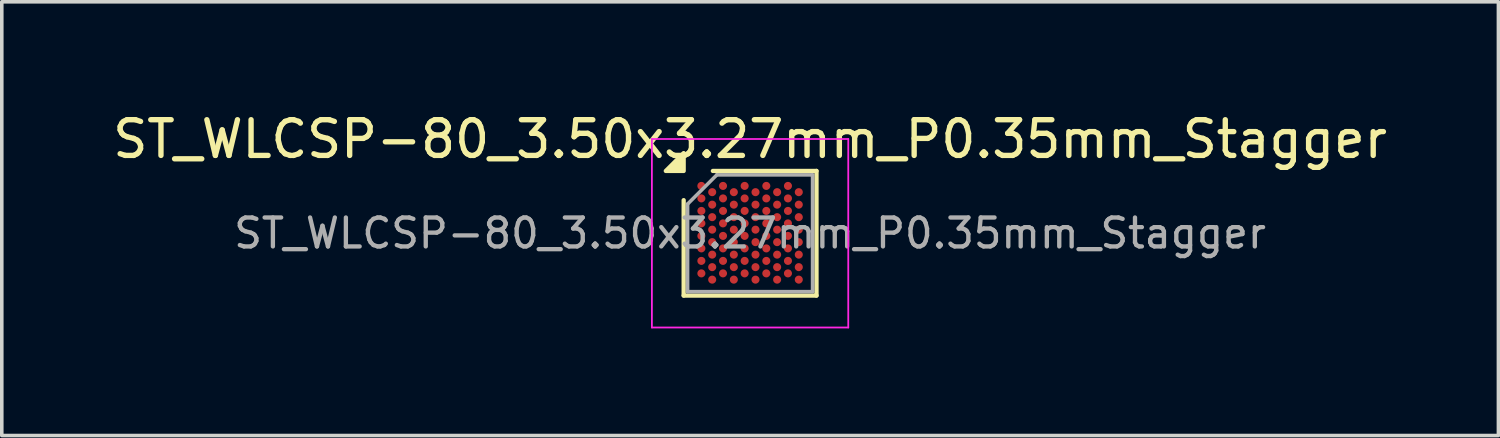
<source format=kicad_pcb>
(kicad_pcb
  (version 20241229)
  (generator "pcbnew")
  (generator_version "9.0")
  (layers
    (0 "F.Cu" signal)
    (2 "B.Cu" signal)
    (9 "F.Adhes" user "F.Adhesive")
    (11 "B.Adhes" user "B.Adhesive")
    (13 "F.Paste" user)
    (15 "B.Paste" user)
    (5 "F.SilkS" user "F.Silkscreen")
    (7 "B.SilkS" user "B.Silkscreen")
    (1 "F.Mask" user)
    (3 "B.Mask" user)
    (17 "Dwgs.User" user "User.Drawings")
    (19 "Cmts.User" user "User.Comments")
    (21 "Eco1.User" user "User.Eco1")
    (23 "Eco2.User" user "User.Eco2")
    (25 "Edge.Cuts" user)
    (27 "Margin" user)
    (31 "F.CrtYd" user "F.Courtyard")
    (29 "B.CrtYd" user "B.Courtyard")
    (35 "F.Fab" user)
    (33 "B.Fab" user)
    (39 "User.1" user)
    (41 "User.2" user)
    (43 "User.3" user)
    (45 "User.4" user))
  (footprint "ST_WLCSP-80_3.50x3.27mm_P0.35mm_Stagger"
    (layer "F.Cu")
    (at 17.958 3.483)
    (property "Reference" "ST_WLCSP-80_3.50x3.27mm_P0.35mm_Stagger" (at 0 -2.635 0) (layer "F.SilkS") (effects (font (size 1 1) (thickness 0.15))))
    (attr smd)
    (fp_line (start -1.86 1.745) (end -1.86 -0.927) (stroke (width 0.12) (type solid)) (layer "F.SilkS"))
    (fp_line (start -1.042 -1.745) (end 1.86 -1.745) (stroke (width 0.12) (type solid)) (layer "F.SilkS"))
    (fp_line (start 1.86 -1.745) (end 1.86 1.745) (stroke (width 0.12) (type solid)) (layer "F.SilkS"))
    (fp_line (start 1.86 1.745) (end -1.86 1.745) (stroke (width 0.12) (type solid)) (layer "F.SilkS"))
    (fp_poly (pts (xy -1.86 -1.745) (xy -2.36 -1.745) (xy -1.86 -2.245) (xy -1.86 -1.745)) (stroke (width 0.12) (type solid)) (fill yes) (layer "F.SilkS"))
    (fp_line (start -2.75 -2.64) (end -2.75 2.64) (stroke (width 0.05) (type solid)) (layer "F.CrtYd"))
    (fp_line (start -2.75 2.64) (end 2.75 2.64) (stroke (width 0.05) (type solid)) (layer "F.CrtYd"))
    (fp_line (start 2.75 -2.64) (end -2.75 -2.64) (stroke (width 0.05) (type solid)) (layer "F.CrtYd"))
    (fp_line (start 2.75 2.64) (end 2.75 -2.64) (stroke (width 0.05) (type solid)) (layer "F.CrtYd"))
    (fp_line (start -1.75 -0.818) (end -0.932 -1.635) (stroke (width 0.1) (type solid)) (layer "F.Fab"))
    (fp_line (start -1.75 1.635) (end -1.75 -0.818) (stroke (width 0.1) (type solid)) (layer "F.Fab"))
    (fp_line (start -0.932 -1.635) (end 1.75 -1.635) (stroke (width 0.1) (type solid)) (layer "F.Fab"))
    (fp_line (start 1.75 -1.635) (end 1.75 1.635) (stroke (width 0.1) (type solid)) (layer "F.Fab"))
    (fp_line (start 1.75 1.635) (end -1.75 1.635) (stroke (width 0.1) (type solid)) (layer "F.Fab"))
    (fp_text user "${REFERENCE}" (at 0 0 0) (layer "F.Fab") (effects (font (size 0.81 0.81) (thickness 0.121))))
    (pad "A1" smd circle (at -1.364 -1.326) (size 0.225 0.225) (property pad_prop_bga) (layers "F.Cu" "F.Mask" "F.Paste"))
    (pad "A3" smd circle (at -0.758 -1.326) (size 0.225 0.225) (property pad_prop_bga) (layers "F.Cu" "F.Mask" "F.Paste"))
    (pad "A5" smd circle (at -0.152 -1.326) (size 0.225 0.225) (property pad_prop_bga) (layers "F.Cu" "F.Mask" "F.Paste"))
    (pad "A7" smd circle (at 0.455 -1.326) (size 0.225 0.225) (property pad_prop_bga) (layers "F.Cu" "F.Mask" "F.Paste"))
    (pad "A9" smd circle (at 1.061 -1.326) (size 0.225 0.225) (property pad_prop_bga) (layers "F.Cu" "F.Mask" "F.Paste"))
    (pad "B2" smd circle (at -1.061 -1.151) (size 0.225 0.225) (property pad_prop_bga) (layers "F.Cu" "F.Mask" "F.Paste"))
    (pad "B4" smd circle (at -0.455 -1.151) (size 0.225 0.225) (property pad_prop_bga) (layers "F.Cu" "F.Mask" "F.Paste"))
    (pad "B6" smd circle (at 0.152 -1.151) (size 0.225 0.225) (property pad_prop_bga) (layers "F.Cu" "F.Mask" "F.Paste"))
    (pad "B8" smd circle (at 0.758 -1.151) (size 0.225 0.225) (property pad_prop_bga) (layers "F.Cu" "F.Mask" "F.Paste"))
    (pad "B10" smd circle (at 1.364 -1.151) (size 0.225 0.225) (property pad_prop_bga) (layers "F.Cu" "F.Mask" "F.Paste"))
    (pad "C1" smd circle (at -1.364 -0.976) (size 0.225 0.225) (property pad_prop_bga) (layers "F.Cu" "F.Mask" "F.Paste"))
    (pad "C3" smd circle (at -0.758 -0.976) (size 0.225 0.225) (property pad_prop_bga) (layers "F.Cu" "F.Mask" "F.Paste"))
    (pad "C5" smd circle (at -0.152 -0.976) (size 0.225 0.225) (property pad_prop_bga) (layers "F.Cu" "F.Mask" "F.Paste"))
    (pad "C7" smd circle (at 0.455 -0.976) (size 0.225 0.225) (property pad_prop_bga) (layers "F.Cu" "F.Mask" "F.Paste"))
    (pad "C9" smd circle (at 1.061 -0.976) (size 0.225 0.225) (property pad_prop_bga) (layers "F.Cu" "F.Mask" "F.Paste"))
    (pad "D2" smd circle (at -1.061 -0.801) (size 0.225 0.225) (property pad_prop_bga) (layers "F.Cu" "F.Mask" "F.Paste"))
    (pad "D4" smd circle (at -0.455 -0.801) (size 0.225 0.225) (property pad_prop_bga) (layers "F.Cu" "F.Mask" "F.Paste"))
    (pad "D6" smd circle (at 0.152 -0.801) (size 0.225 0.225) (property pad_prop_bga) (layers "F.Cu" "F.Mask" "F.Paste"))
    (pad "D8" smd circle (at 0.758 -0.801) (size 0.225 0.225) (property pad_prop_bga) (layers "F.Cu" "F.Mask" "F.Paste"))
    (pad "D10" smd circle (at 1.364 -0.801) (size 0.225 0.225) (property pad_prop_bga) (layers "F.Cu" "F.Mask" "F.Paste"))
    (pad "E1" smd circle (at -1.364 -0.626) (size 0.225 0.225) (property pad_prop_bga) (layers "F.Cu" "F.Mask" "F.Paste"))
    (pad "E3" smd circle (at -0.758 -0.626) (size 0.225 0.225) (property pad_prop_bga) (layers "F.Cu" "F.Mask" "F.Paste"))
    (pad "E5" smd circle (at -0.152 -0.626) (size 0.225 0.225) (property pad_prop_bga) (layers "F.Cu" "F.Mask" "F.Paste"))
    (pad "E7" smd circle (at 0.455 -0.626) (size 0.225 0.225) (property pad_prop_bga) (layers "F.Cu" "F.Mask" "F.Paste"))
    (pad "E9" smd circle (at 1.061 -0.626) (size 0.225 0.225) (property pad_prop_bga) (layers "F.Cu" "F.Mask" "F.Paste"))
    (pad "F2" smd circle (at -1.061 -0.451) (size 0.225 0.225) (property pad_prop_bga) (layers "F.Cu" "F.Mask" "F.Paste"))
    (pad "F4" smd circle (at -0.455 -0.451) (size 0.225 0.225) (property pad_prop_bga) (layers "F.Cu" "F.Mask" "F.Paste"))
    (pad "F6" smd circle (at 0.152 -0.451) (size 0.225 0.225) (property pad_prop_bga) (layers "F.Cu" "F.Mask" "F.Paste"))
    (pad "F8" smd circle (at 0.758 -0.451) (size 0.225 0.225) (property pad_prop_bga) (layers "F.Cu" "F.Mask" "F.Paste"))
    (pad "F10" smd circle (at 1.364 -0.451) (size 0.225 0.225) (property pad_prop_bga) (layers "F.Cu" "F.Mask" "F.Paste"))
    (pad "G1" smd circle (at -1.364 -0.276) (size 0.225 0.225) (property pad_prop_bga) (layers "F.Cu" "F.Mask" "F.Paste"))
    (pad "G3" smd circle (at -0.758 -0.276) (size 0.225 0.225) (property pad_prop_bga) (layers "F.Cu" "F.Mask" "F.Paste"))
    (pad "G5" smd circle (at -0.152 -0.276) (size 0.225 0.225) (property pad_prop_bga) (layers "F.Cu" "F.Mask" "F.Paste"))
    (pad "G7" smd circle (at 0.455 -0.276) (size 0.225 0.225) (property pad_prop_bga) (layers "F.Cu" "F.Mask" "F.Paste"))
    (pad "G9" smd circle (at 1.061 -0.276) (size 0.225 0.225) (property pad_prop_bga) (layers "F.Cu" "F.Mask" "F.Paste"))
    (pad "H2" smd circle (at -1.061 -0.101) (size 0.225 0.225) (property pad_prop_bga) (layers "F.Cu" "F.Mask" "F.Paste"))
    (pad "H4" smd circle (at -0.455 -0.101) (size 0.225 0.225) (property pad_prop_bga) (layers "F.Cu" "F.Mask" "F.Paste"))
    (pad "H6" smd circle (at 0.152 -0.101) (size 0.225 0.225) (property pad_prop_bga) (layers "F.Cu" "F.Mask" "F.Paste"))
    (pad "H8" smd circle (at 0.758 -0.101) (size 0.225 0.225) (property pad_prop_bga) (layers "F.Cu" "F.Mask" "F.Paste"))
    (pad "H10" smd circle (at 1.364 -0.101) (size 0.225 0.225) (property pad_prop_bga) (layers "F.Cu" "F.Mask" "F.Paste"))
    (pad "J1" smd circle (at -1.364 0.074) (size 0.225 0.225) (property pad_prop_bga) (layers "F.Cu" "F.Mask" "F.Paste"))
    (pad "J3" smd circle (at -0.758 0.074) (size 0.225 0.225) (property pad_prop_bga) (layers "F.Cu" "F.Mask" "F.Paste"))
    (pad "J5" smd circle (at -0.152 0.074) (size 0.225 0.225) (property pad_prop_bga) (layers "F.Cu" "F.Mask" "F.Paste"))
    (pad "J7" smd circle (at 0.455 0.074) (size 0.225 0.225) (property pad_prop_bga) (layers "F.Cu" "F.Mask" "F.Paste"))
    (pad "J9" smd circle (at 1.061 0.074) (size 0.225 0.225) (property pad_prop_bga) (layers "F.Cu" "F.Mask" "F.Paste"))
    (pad "K2" smd circle (at -1.061 0.249) (size 0.225 0.225) (property pad_prop_bga) (layers "F.Cu" "F.Mask" "F.Paste"))
    (pad "K4" smd circle (at -0.455 0.249) (size 0.225 0.225) (property pad_prop_bga) (layers "F.Cu" "F.Mask" "F.Paste"))
    (pad "K6" smd circle (at 0.152 0.249) (size 0.225 0.225) (property pad_prop_bga) (layers "F.Cu" "F.Mask" "F.Paste"))
    (pad "K8" smd circle (at 0.758 0.249) (size 0.225 0.225) (property pad_prop_bga) (layers "F.Cu" "F.Mask" "F.Paste"))
    (pad "K10" smd circle (at 1.364 0.249) (size 0.225 0.225) (property pad_prop_bga) (layers "F.Cu" "F.Mask" "F.Paste"))
    (pad "L1" smd circle (at -1.364 0.424) (size 0.225 0.225) (property pad_prop_bga) (layers "F.Cu" "F.Mask" "F.Paste"))
    (pad "L3" smd circle (at -0.758 0.424) (size 0.225 0.225) (property pad_prop_bga) (layers "F.Cu" "F.Mask" "F.Paste"))
    (pad "L5" smd circle (at -0.152 0.424) (size 0.225 0.225) (property pad_prop_bga) (layers "F.Cu" "F.Mask" "F.Paste"))
    (pad "L7" smd circle (at 0.455 0.424) (size 0.225 0.225) (property pad_prop_bga) (layers "F.Cu" "F.Mask" "F.Paste"))
    (pad "L9" smd circle (at 1.061 0.424) (size 0.225 0.225) (property pad_prop_bga) (layers "F.Cu" "F.Mask" "F.Paste"))
    (pad "M2" smd circle (at -1.061 0.599) (size 0.225 0.225) (property pad_prop_bga) (layers "F.Cu" "F.Mask" "F.Paste"))
    (pad "M4" smd circle (at -0.455 0.599) (size 0.225 0.225) (property pad_prop_bga) (layers "F.Cu" "F.Mask" "F.Paste"))
    (pad "M6" smd circle (at 0.152 0.599) (size 0.225 0.225) (property pad_prop_bga) (layers "F.Cu" "F.Mask" "F.Paste"))
    (pad "M8" smd circle (at 0.758 0.599) (size 0.225 0.225) (property pad_prop_bga) (layers "F.Cu" "F.Mask" "F.Paste"))
    (pad "M10" smd circle (at 1.364 0.599) (size 0.225 0.225) (property pad_prop_bga) (layers "F.Cu" "F.Mask" "F.Paste"))
    (pad "N1" smd circle (at -1.364 0.774) (size 0.225 0.225) (property pad_prop_bga) (layers "F.Cu" "F.Mask" "F.Paste"))
    (pad "N3" smd circle (at -0.758 0.774) (size 0.225 0.225) (property pad_prop_bga) (layers "F.Cu" "F.Mask" "F.Paste"))
    (pad "N5" smd circle (at -0.152 0.774) (size 0.225 0.225) (property pad_prop_bga) (layers "F.Cu" "F.Mask" "F.Paste"))
    (pad "N7" smd circle (at 0.455 0.774) (size 0.225 0.225) (property pad_prop_bga) (layers "F.Cu" "F.Mask" "F.Paste"))
    (pad "N9" smd circle (at 1.061 0.774) (size 0.225 0.225) (property pad_prop_bga) (layers "F.Cu" "F.Mask" "F.Paste"))
    (pad "P2" smd circle (at -1.061 0.949) (size 0.225 0.225) (property pad_prop_bga) (layers "F.Cu" "F.Mask" "F.Paste"))
    (pad "P4" smd circle (at -0.455 0.949) (size 0.225 0.225) (property pad_prop_bga) (layers "F.Cu" "F.Mask" "F.Paste"))
    (pad "P6" smd circle (at 0.152 0.949) (size 0.225 0.225) (property pad_prop_bga) (layers "F.Cu" "F.Mask" "F.Paste"))
    (pad "P8" smd circle (at 0.758 0.949) (size 0.225 0.225) (property pad_prop_bga) (layers "F.Cu" "F.Mask" "F.Paste"))
    (pad "P10" smd circle (at 1.364 0.949) (size 0.225 0.225) (property pad_prop_bga) (layers "F.Cu" "F.Mask" "F.Paste"))
    (pad "R1" smd circle (at -1.364 1.124) (size 0.225 0.225) (property pad_prop_bga) (layers "F.Cu" "F.Mask" "F.Paste"))
    (pad "R3" smd circle (at -0.758 1.124) (size 0.225 0.225) (property pad_prop_bga) (layers "F.Cu" "F.Mask" "F.Paste"))
    (pad "R5" smd circle (at -0.152 1.124) (size 0.225 0.225) (property pad_prop_bga) (layers "F.Cu" "F.Mask" "F.Paste"))
    (pad "R7" smd circle (at 0.455 1.124) (size 0.225 0.225) (property pad_prop_bga) (layers "F.Cu" "F.Mask" "F.Paste"))
    (pad "R9" smd circle (at 1.061 1.124) (size 0.225 0.225) (property pad_prop_bga) (layers "F.Cu" "F.Mask" "F.Paste"))
    (pad "T2" smd circle (at -1.061 1.299) (size 0.225 0.225) (property pad_prop_bga) (layers "F.Cu" "F.Mask" "F.Paste"))
    (pad "T4" smd circle (at -0.455 1.299) (size 0.225 0.225) (property pad_prop_bga) (layers "F.Cu" "F.Mask" "F.Paste"))
    (pad "T6" smd circle (at 0.152 1.299) (size 0.225 0.225) (property pad_prop_bga) (layers "F.Cu" "F.Mask" "F.Paste"))
    (pad "T8" smd circle (at 0.758 1.299) (size 0.225 0.225) (property pad_prop_bga) (layers "F.Cu" "F.Mask" "F.Paste"))
    (pad "T10" smd circle (at 1.364 1.299) (size 0.225 0.225) (property pad_prop_bga) (layers "F.Cu" "F.Mask" "F.Paste")))
  (gr_rect
    (start -3 -3)
    (end 38.917 9.148)
    (stroke (width 0.1) (type default))
    (fill no)
    (layer "Edge.Cuts")))
</source>
